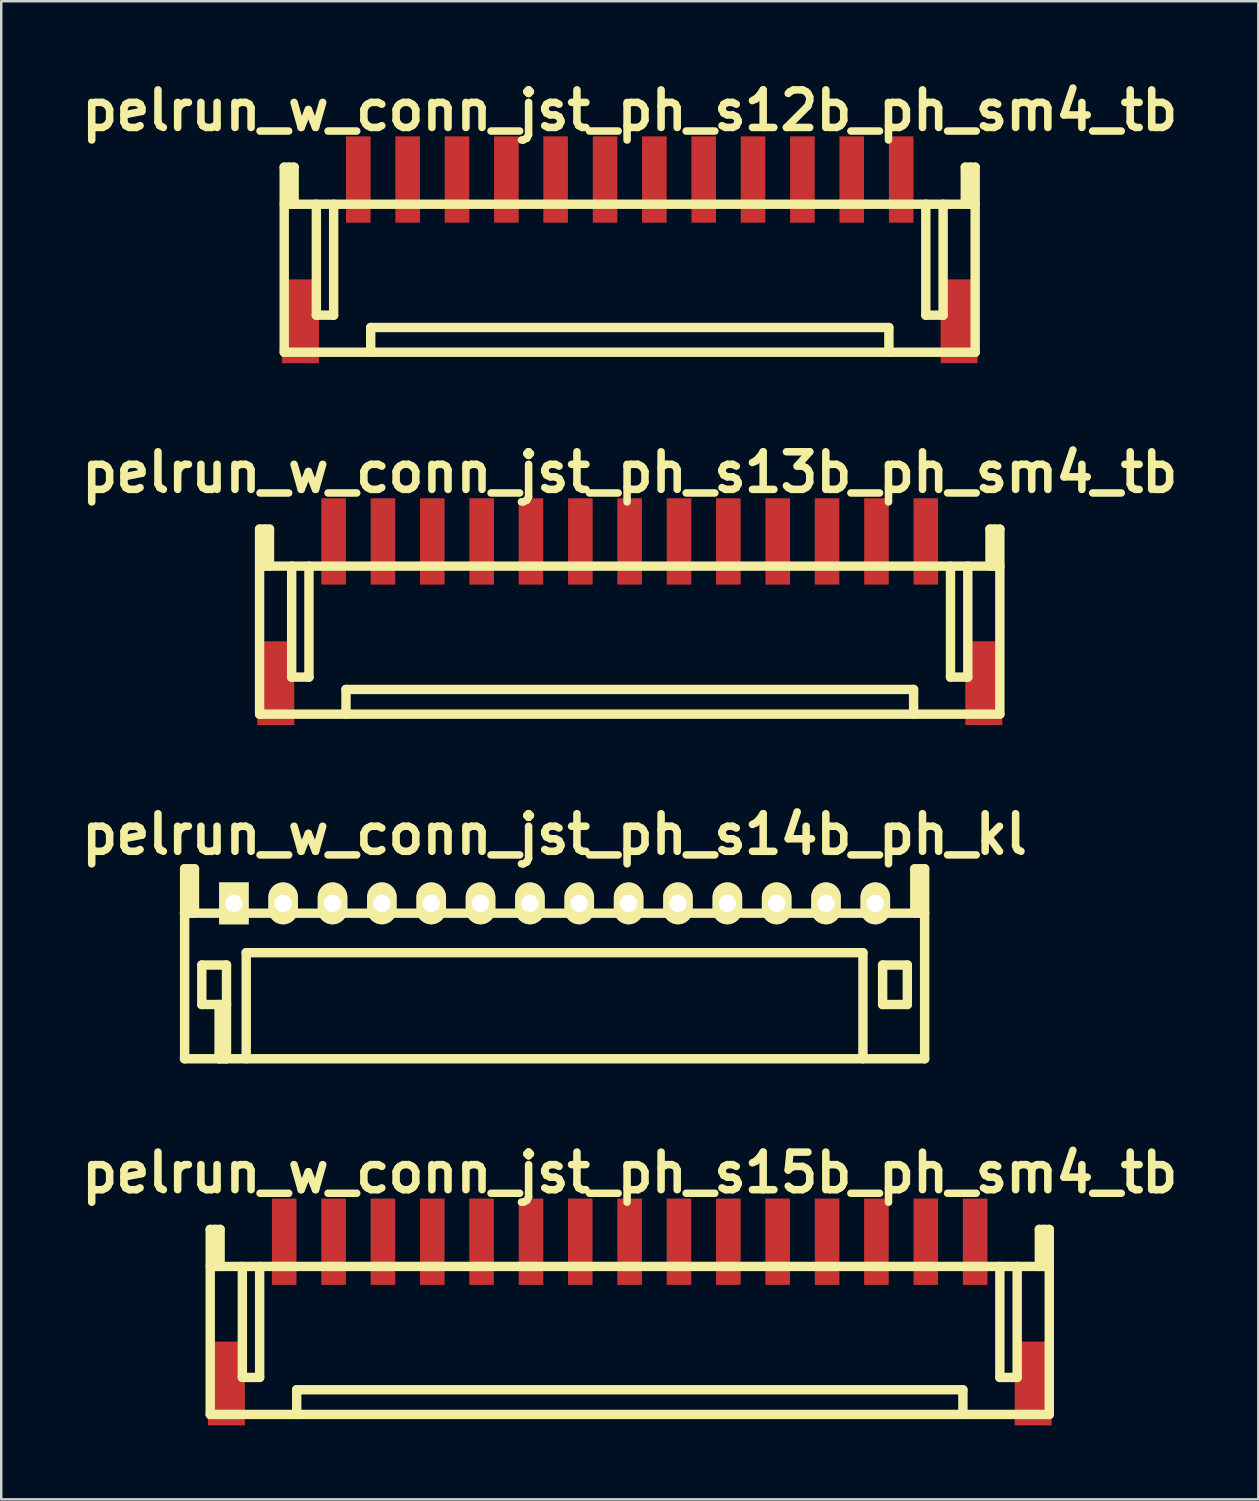
<source format=kicad_pcb>
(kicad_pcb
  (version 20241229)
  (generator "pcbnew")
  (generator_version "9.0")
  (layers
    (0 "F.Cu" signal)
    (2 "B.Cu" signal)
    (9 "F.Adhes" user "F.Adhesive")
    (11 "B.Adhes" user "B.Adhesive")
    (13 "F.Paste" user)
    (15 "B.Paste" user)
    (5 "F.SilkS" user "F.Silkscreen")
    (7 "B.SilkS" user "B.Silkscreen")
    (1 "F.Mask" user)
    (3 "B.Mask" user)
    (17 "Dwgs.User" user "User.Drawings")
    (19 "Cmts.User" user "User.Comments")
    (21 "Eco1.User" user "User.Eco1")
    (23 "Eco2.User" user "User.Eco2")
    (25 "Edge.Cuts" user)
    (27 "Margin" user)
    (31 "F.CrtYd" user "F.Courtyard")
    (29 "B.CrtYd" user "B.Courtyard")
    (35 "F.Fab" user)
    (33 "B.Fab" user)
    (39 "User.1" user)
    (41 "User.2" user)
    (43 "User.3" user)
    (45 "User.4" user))
  (footprint "pelrun_w_conn_jst_ph_s15b_ph_sm4_tb"
    (layer "F.Cu")
    (at 22.475 47.279)
    (property "Reference" "pelrun_w_conn_jst_ph_s15b_ph_sm4_tb" (at 0 -2.799 0) (layer "F.SilkS") (effects (font (size 1.524 1.524) (thickness 0.305))))
    (attr through_hole)
    (fp_line (start -17.005 7) (end -17.005 -0.5) (stroke (width 0.381) (type solid)) (layer "F.SilkS"))
    (fp_line (start -17 7) (end 17 7) (stroke (width 0.381) (type solid)) (layer "F.SilkS"))
    (fp_line (start -16.805 -0.5) (end -16.805 1.001) (stroke (width 0.381) (type solid)) (layer "F.SilkS"))
    (fp_line (start -16.604 -0.5) (end -17.005 -0.5) (stroke (width 0.381) (type solid)) (layer "F.SilkS"))
    (fp_line (start -16.604 1.001) (end -16.604 -0.5) (stroke (width 0.381) (type solid)) (layer "F.SilkS"))
    (fp_line (start -15.702 5.499) (end -15.702 1.001) (stroke (width 0.381) (type solid)) (layer "F.SilkS"))
    (fp_line (start -15.001 1.001) (end -15.001 5.499) (stroke (width 0.381) (type solid)) (layer "F.SilkS"))
    (fp_line (start -15.001 5.499) (end -15.702 5.499) (stroke (width 0.381) (type solid)) (layer "F.SilkS"))
    (fp_line (start -13.5 7) (end -13.5 5.999) (stroke (width 0.381) (type solid)) (layer "F.SilkS"))
    (fp_line (start 13.5 5.999) (end -13.5 5.999) (stroke (width 0.381) (type solid)) (layer "F.SilkS"))
    (fp_line (start 13.503 5.999) (end 13.503 6.998) (stroke (width 0.381) (type solid)) (layer "F.SilkS"))
    (fp_line (start 15.001 1.001) (end 15.001 5.499) (stroke (width 0.381) (type solid)) (layer "F.SilkS"))
    (fp_line (start 15.001 5.499) (end 15.702 5.499) (stroke (width 0.381) (type solid)) (layer "F.SilkS"))
    (fp_line (start 15.702 5.499) (end 15.702 1.001) (stroke (width 0.381) (type solid)) (layer "F.SilkS"))
    (fp_line (start 16.601 -0.5) (end 16.601 1.001) (stroke (width 0.381) (type solid)) (layer "F.SilkS"))
    (fp_line (start 16.802 1.001) (end 16.802 -0.5) (stroke (width 0.381) (type solid)) (layer "F.SilkS"))
    (fp_line (start 17 1.001) (end -17 1.001) (stroke (width 0.381) (type solid)) (layer "F.SilkS"))
    (fp_line (start 17.003 -0.5) (end 16.601 -0.5) (stroke (width 0.381) (type solid)) (layer "F.SilkS"))
    (fp_line (start 17.003 -0.5) (end 17.003 7) (stroke (width 0.381) (type solid)) (layer "F.SilkS"))
    (pad "" smd rect (at -16.35 5.745) (size 1.499 3.396) (layers "F.Cu" "F.Mask" "F.Paste"))
    (pad "" smd rect (at 16.35 5.745) (size 1.499 3.396) (layers "F.Cu" "F.Mask" "F.Paste"))
    (pad "1" smd rect (at -14.006 0) (size 0.996 3.498) (layers "F.Cu" "F.Mask" "F.Paste"))
    (pad "2" smd rect (at -12.004 0) (size 0.996 3.498) (layers "F.Cu" "F.Mask" "F.Paste"))
    (pad "3" smd rect (at -10.005 0) (size 0.996 3.498) (layers "F.Cu" "F.Mask" "F.Paste"))
    (pad "4" smd rect (at -8.004 0) (size 0.996 3.498) (layers "F.Cu" "F.Mask" "F.Paste"))
    (pad "5" smd rect (at -6.007 0) (size 0.996 3.498) (layers "F.Cu" "F.Mask" "F.Paste"))
    (pad "6" smd rect (at -4.003 0) (size 0.996 3.498) (layers "F.Cu" "F.Mask" "F.Paste"))
    (pad "7" smd rect (at -2.007 0) (size 0.996 3.498) (layers "F.Cu" "F.Mask" "F.Paste"))
    (pad "8" smd rect (at -0.005 0) (size 0.996 3.498) (layers "F.Cu" "F.Mask" "F.Paste"))
    (pad "9" smd rect (at 1.994 0) (size 0.996 3.498) (layers "F.Cu" "F.Mask" "F.Paste"))
    (pad "10" smd rect (at 3.995 0) (size 0.996 3.498) (layers "F.Cu" "F.Mask" "F.Paste"))
    (pad "11" smd rect (at 5.994 0) (size 0.996 3.498) (layers "F.Cu" "F.Mask" "F.Paste"))
    (pad "12" smd rect (at 7.998 0) (size 0.996 3.498) (layers "F.Cu" "F.Mask" "F.Paste"))
    (pad "13" smd rect (at 9.997 0) (size 0.996 3.498) (layers "F.Cu" "F.Mask" "F.Paste"))
    (pad "14" smd rect (at 11.999 0) (size 0.996 3.498) (layers "F.Cu" "F.Mask" "F.Paste"))
    (pad "15" smd rect (at 14 0) (size 0.996 3.498) (layers "F.Cu" "F.Mask" "F.Paste")))
  (footprint "pelrun_w_conn_jst_ph_s14b_ph_kl"
    (layer "F.Cu")
    (at 19.427 33.564)
    (property "Reference" "pelrun_w_conn_jst_ph_s14b_ph_kl" (at 0 -2.799 0) (layer "F.SilkS") (effects (font (size 1.524 1.524) (thickness 0.305))))
    (attr through_hole)
    (fp_line (start -14.994 -1.4) (end -14.994 6.299) (stroke (width 0.381) (type solid)) (layer "F.SilkS"))
    (fp_line (start -14.793 -1.4) (end -14.793 0.399) (stroke (width 0.381) (type solid)) (layer "F.SilkS"))
    (fp_line (start -14.595 -1.4) (end -14.994 -1.4) (stroke (width 0.381) (type solid)) (layer "F.SilkS"))
    (fp_line (start -14.595 0.399) (end -14.595 -1.4) (stroke (width 0.381) (type solid)) (layer "F.SilkS"))
    (fp_line (start -14.298 2.499) (end -13.297 2.499) (stroke (width 0.381) (type solid)) (layer "F.SilkS"))
    (fp_line (start -14.298 4.1) (end -14.298 2.499) (stroke (width 0.381) (type solid)) (layer "F.SilkS"))
    (fp_line (start -13.597 6.299) (end -13.597 4.1) (stroke (width 0.381) (type solid)) (layer "F.SilkS"))
    (fp_line (start -13.297 2.499) (end -13.297 4.1) (stroke (width 0.381) (type solid)) (layer "F.SilkS"))
    (fp_line (start -13.297 4.1) (end -14.298 4.1) (stroke (width 0.381) (type solid)) (layer "F.SilkS"))
    (fp_line (start -13.297 4.1) (end -13.297 6.299) (stroke (width 0.381) (type solid)) (layer "F.SilkS"))
    (fp_line (start -13.297 6.299) (end -13.597 6.299) (stroke (width 0.381) (type solid)) (layer "F.SilkS"))
    (fp_line (start -12.499 1.999) (end 12.499 1.999) (stroke (width 0.381) (type solid)) (layer "F.SilkS"))
    (fp_line (start -12.497 1.999) (end -12.497 6.299) (stroke (width 0.381) (type solid)) (layer "F.SilkS"))
    (fp_line (start 12.499 1.999) (end 12.499 6.299) (stroke (width 0.381) (type solid)) (layer "F.SilkS"))
    (fp_line (start 13.297 2.499) (end 14.298 2.499) (stroke (width 0.381) (type solid)) (layer "F.SilkS"))
    (fp_line (start 13.297 4.1) (end 13.297 2.499) (stroke (width 0.381) (type solid)) (layer "F.SilkS"))
    (fp_line (start 14.298 2.499) (end 14.298 4.1) (stroke (width 0.381) (type solid)) (layer "F.SilkS"))
    (fp_line (start 14.298 4.1) (end 13.297 4.1) (stroke (width 0.381) (type solid)) (layer "F.SilkS"))
    (fp_line (start 14.6 -1.4) (end 14.6 0.399) (stroke (width 0.381) (type solid)) (layer "F.SilkS"))
    (fp_line (start 14.798 -1.4) (end 14.798 0.399) (stroke (width 0.381) (type solid)) (layer "F.SilkS"))
    (fp_line (start 14.999 -1.4) (end 14.6 -1.4) (stroke (width 0.381) (type solid)) (layer "F.SilkS"))
    (fp_line (start 14.999 6.299) (end 14.999 -1.4) (stroke (width 0.381) (type solid)) (layer "F.SilkS"))
    (fp_line (start 15.001 0.399) (end -15.001 0.399) (stroke (width 0.381) (type solid)) (layer "F.SilkS"))
    (fp_line (start 15.001 6.299) (end -15.001 6.299) (stroke (width 0.381) (type solid)) (layer "F.SilkS"))
    (pad "1" thru_hole rect (at -12.997 0) (size 1.199 1.699) (drill 0.701) (layers "*.Cu" "*.Mask" "F.SilkS"))
    (pad "2" thru_hole oval (at -11.001 0) (size 1.199 1.699) (drill 0.701) (layers "*.Cu" "*.Mask" "F.SilkS"))
    (pad "3" thru_hole oval (at -8.999 0) (size 1.199 1.699) (drill 0.701) (layers "*.Cu" "*.Mask" "F.SilkS"))
    (pad "4" thru_hole oval (at -7 0) (size 1.199 1.699) (drill 0.701) (layers "*.Cu" "*.Mask" "F.SilkS"))
    (pad "5" thru_hole oval (at -4.999 0) (size 1.199 1.699) (drill 0.701) (layers "*.Cu" "*.Mask" "F.SilkS"))
    (pad "6" thru_hole oval (at -3 0) (size 1.199 1.699) (drill 0.701) (layers "*.Cu" "*.Mask" "F.SilkS"))
    (pad "7" thru_hole oval (at -0.998 0) (size 1.199 1.699) (drill 0.701) (layers "*.Cu" "*.Mask" "F.SilkS"))
    (pad "8" thru_hole oval (at 1.001 0) (size 1.199 1.699) (drill 0.701) (layers "*.Cu" "*.Mask" "F.SilkS"))
    (pad "9" thru_hole oval (at 3.002 0) (size 1.199 1.699) (drill 0.701) (layers "*.Cu" "*.Mask" "F.SilkS"))
    (pad "10" thru_hole oval (at 5.001 0) (size 1.199 1.699) (drill 0.701) (layers "*.Cu" "*.Mask" "F.SilkS"))
    (pad "11" thru_hole oval (at 7.003 0) (size 1.199 1.699) (drill 0.701) (layers "*.Cu" "*.Mask" "F.SilkS"))
    (pad "12" thru_hole oval (at 9.002 0) (size 1.199 1.699) (drill 0.701) (layers "*.Cu" "*.Mask" "F.SilkS"))
    (pad "13" thru_hole oval (at 11.001 0) (size 1.199 1.699) (drill 0.701) (layers "*.Cu" "*.Mask" "F.SilkS"))
    (pad "14" thru_hole oval (at 13 0) (size 1.199 1.699) (drill 0.701) (layers "*.Cu" "*.Mask" "F.SilkS")))
  (footprint "pelrun_w_conn_jst_ph_s13b_ph_sm4_tb"
    (layer "F.Cu")
    (at 22.475 18.895)
    (property "Reference" "pelrun_w_conn_jst_ph_s13b_ph_sm4_tb" (at 0 -2.799 0) (layer "F.SilkS") (effects (font (size 1.524 1.524) (thickness 0.305))))
    (attr through_hole)
    (fp_line (start -15.004 7) (end -15.004 -0.5) (stroke (width 0.381) (type solid)) (layer "F.SilkS"))
    (fp_line (start -15.001 1.001) (end 15.001 1.001) (stroke (width 0.381) (type solid)) (layer "F.SilkS"))
    (fp_line (start -14.803 -0.5) (end -14.803 1.001) (stroke (width 0.381) (type solid)) (layer "F.SilkS"))
    (fp_line (start -14.602 -0.5) (end -15.004 -0.5) (stroke (width 0.381) (type solid)) (layer "F.SilkS"))
    (fp_line (start -14.602 1.001) (end -14.602 -0.5) (stroke (width 0.381) (type solid)) (layer "F.SilkS"))
    (fp_line (start -13.703 5.499) (end -13.703 1.001) (stroke (width 0.381) (type solid)) (layer "F.SilkS"))
    (fp_line (start -13.002 1.001) (end -13.002 5.499) (stroke (width 0.381) (type solid)) (layer "F.SilkS"))
    (fp_line (start -13.002 5.499) (end -13.703 5.499) (stroke (width 0.381) (type solid)) (layer "F.SilkS"))
    (fp_line (start -11.501 5.999) (end 11.501 5.999) (stroke (width 0.381) (type solid)) (layer "F.SilkS"))
    (fp_line (start -11.501 7) (end -11.501 5.999) (stroke (width 0.381) (type solid)) (layer "F.SilkS"))
    (fp_line (start 11.504 5.999) (end 11.504 6.998) (stroke (width 0.381) (type solid)) (layer "F.SilkS"))
    (fp_line (start 13 1.001) (end 13 5.499) (stroke (width 0.381) (type solid)) (layer "F.SilkS"))
    (fp_line (start 13 5.499) (end 13.701 5.499) (stroke (width 0.381) (type solid)) (layer "F.SilkS"))
    (fp_line (start 13.701 5.499) (end 13.701 1.001) (stroke (width 0.381) (type solid)) (layer "F.SilkS"))
    (fp_line (start 14.6 -0.5) (end 14.6 1.001) (stroke (width 0.381) (type solid)) (layer "F.SilkS"))
    (fp_line (start 14.801 1.001) (end 14.801 -0.5) (stroke (width 0.381) (type solid)) (layer "F.SilkS"))
    (fp_line (start 15.001 -0.5) (end 14.6 -0.5) (stroke (width 0.381) (type solid)) (layer "F.SilkS"))
    (fp_line (start 15.001 -0.5) (end 15.001 7) (stroke (width 0.381) (type solid)) (layer "F.SilkS"))
    (fp_line (start 15.001 7) (end -15.001 7) (stroke (width 0.381) (type solid)) (layer "F.SilkS"))
    (pad "" smd rect (at -14.348 5.745) (size 1.499 3.396) (layers "F.Cu" "F.Mask" "F.Paste"))
    (pad "" smd rect (at 14.348 5.745) (size 1.499 3.396) (layers "F.Cu" "F.Mask" "F.Paste"))
    (pad "1" smd rect (at -12.004 0) (size 0.996 3.498) (layers "F.Cu" "F.Mask" "F.Paste"))
    (pad "2" smd rect (at -10.003 0) (size 0.996 3.498) (layers "F.Cu" "F.Mask" "F.Paste"))
    (pad "3" smd rect (at -8.004 0) (size 0.996 3.498) (layers "F.Cu" "F.Mask" "F.Paste"))
    (pad "4" smd rect (at -6.002 0) (size 0.996 3.498) (layers "F.Cu" "F.Mask" "F.Paste"))
    (pad "5" smd rect (at -4.006 0) (size 0.996 3.498) (layers "F.Cu" "F.Mask" "F.Paste"))
    (pad "6" smd rect (at -2.002 0) (size 0.996 3.498) (layers "F.Cu" "F.Mask" "F.Paste"))
    (pad "7" smd rect (at -0.005 0) (size 0.996 3.498) (layers "F.Cu" "F.Mask" "F.Paste"))
    (pad "8" smd rect (at 1.996 0) (size 0.996 3.498) (layers "F.Cu" "F.Mask" "F.Paste"))
    (pad "9" smd rect (at 3.995 0) (size 0.996 3.498) (layers "F.Cu" "F.Mask" "F.Paste"))
    (pad "10" smd rect (at 5.997 0) (size 0.996 3.498) (layers "F.Cu" "F.Mask" "F.Paste"))
    (pad "11" smd rect (at 7.996 0) (size 0.996 3.498) (layers "F.Cu" "F.Mask" "F.Paste"))
    (pad "12" smd rect (at 10 0) (size 0.996 3.498) (layers "F.Cu" "F.Mask" "F.Paste"))
    (pad "13" smd rect (at 11.999 0) (size 0.996 3.498) (layers "F.Cu" "F.Mask" "F.Paste")))
  (footprint "pelrun_w_conn_jst_ph_s12b_ph_sm4_tb"
    (layer "F.Cu")
    (at 22.475 4.226)
    (property "Reference" "pelrun_w_conn_jst_ph_s12b_ph_sm4_tb" (at 0 -2.799 0) (layer "F.SilkS") (effects (font (size 1.524 1.524) (thickness 0.305))))
    (attr through_hole)
    (fp_line (start -14.006 7) (end -14.006 -0.5) (stroke (width 0.381) (type solid)) (layer "F.SilkS"))
    (fp_line (start -14 1.001) (end 14 1.001) (stroke (width 0.381) (type solid)) (layer "F.SilkS"))
    (fp_line (start -14 7) (end 14 7) (stroke (width 0.381) (type solid)) (layer "F.SilkS"))
    (fp_line (start -13.805 -0.5) (end -13.805 1.001) (stroke (width 0.381) (type solid)) (layer "F.SilkS"))
    (fp_line (start -13.604 -0.5) (end -14.006 -0.5) (stroke (width 0.381) (type solid)) (layer "F.SilkS"))
    (fp_line (start -13.604 1.001) (end -13.604 -0.5) (stroke (width 0.381) (type solid)) (layer "F.SilkS"))
    (fp_line (start -12.703 5.499) (end -12.703 1.001) (stroke (width 0.381) (type solid)) (layer "F.SilkS"))
    (fp_line (start -12.002 1.001) (end -12.002 5.499) (stroke (width 0.381) (type solid)) (layer "F.SilkS"))
    (fp_line (start -12.002 5.499) (end -12.703 5.499) (stroke (width 0.381) (type solid)) (layer "F.SilkS"))
    (fp_line (start -10.5 7) (end -10.5 5.999) (stroke (width 0.381) (type solid)) (layer "F.SilkS"))
    (fp_line (start 10.5 5.999) (end -10.5 5.999) (stroke (width 0.381) (type solid)) (layer "F.SilkS"))
    (fp_line (start 10.503 5.999) (end 10.503 6.998) (stroke (width 0.381) (type solid)) (layer "F.SilkS"))
    (fp_line (start 11.999 1.001) (end 11.999 5.499) (stroke (width 0.381) (type solid)) (layer "F.SilkS"))
    (fp_line (start 11.999 5.499) (end 12.7 5.499) (stroke (width 0.381) (type solid)) (layer "F.SilkS"))
    (fp_line (start 12.7 5.499) (end 12.7 1.001) (stroke (width 0.381) (type solid)) (layer "F.SilkS"))
    (fp_line (start 13.599 -0.5) (end 13.599 1.001) (stroke (width 0.381) (type solid)) (layer "F.SilkS"))
    (fp_line (start 13.8 1.001) (end 13.8 -0.5) (stroke (width 0.381) (type solid)) (layer "F.SilkS"))
    (fp_line (start 14 -0.5) (end 13.599 -0.5) (stroke (width 0.381) (type solid)) (layer "F.SilkS"))
    (fp_line (start 14 -0.5) (end 14 7) (stroke (width 0.381) (type solid)) (layer "F.SilkS"))
    (pad "" smd rect (at -13.348 5.745) (size 1.499 3.396) (layers "F.Cu" "F.Mask" "F.Paste"))
    (pad "" smd rect (at 13.348 5.745) (size 1.499 3.396) (layers "F.Cu" "F.Mask" "F.Paste"))
    (pad "1" smd rect (at -11.003 0) (size 0.996 3.498) (layers "F.Cu" "F.Mask" "F.Paste"))
    (pad "2" smd rect (at -9.002 0) (size 0.996 3.498) (layers "F.Cu" "F.Mask" "F.Paste"))
    (pad "3" smd rect (at -7.003 0) (size 0.996 3.498) (layers "F.Cu" "F.Mask" "F.Paste"))
    (pad "4" smd rect (at -5.001 0) (size 0.996 3.498) (layers "F.Cu" "F.Mask" "F.Paste"))
    (pad "5" smd rect (at -3.005 0) (size 0.996 3.498) (layers "F.Cu" "F.Mask" "F.Paste"))
    (pad "6" smd rect (at -1.001 0) (size 0.996 3.498) (layers "F.Cu" "F.Mask" "F.Paste"))
    (pad "7" smd rect (at 0.996 0) (size 0.996 3.498) (layers "F.Cu" "F.Mask" "F.Paste"))
    (pad "8" smd rect (at 2.997 0) (size 0.996 3.498) (layers "F.Cu" "F.Mask" "F.Paste"))
    (pad "9" smd rect (at 4.996 0) (size 0.996 3.498) (layers "F.Cu" "F.Mask" "F.Paste"))
    (pad "10" smd rect (at 6.998 0) (size 0.996 3.498) (layers "F.Cu" "F.Mask" "F.Paste"))
    (pad "11" smd rect (at 8.997 0) (size 0.996 3.498) (layers "F.Cu" "F.Mask" "F.Paste"))
    (pad "12" smd rect (at 11.001 0) (size 0.996 3.498) (layers "F.Cu" "F.Mask" "F.Paste")))
  (gr_rect
    (start -3 -3)
    (end 47.951 57.722)
    (stroke (width 0.1) (type default))
    (fill no)
    (layer "Edge.Cuts")))
</source>
